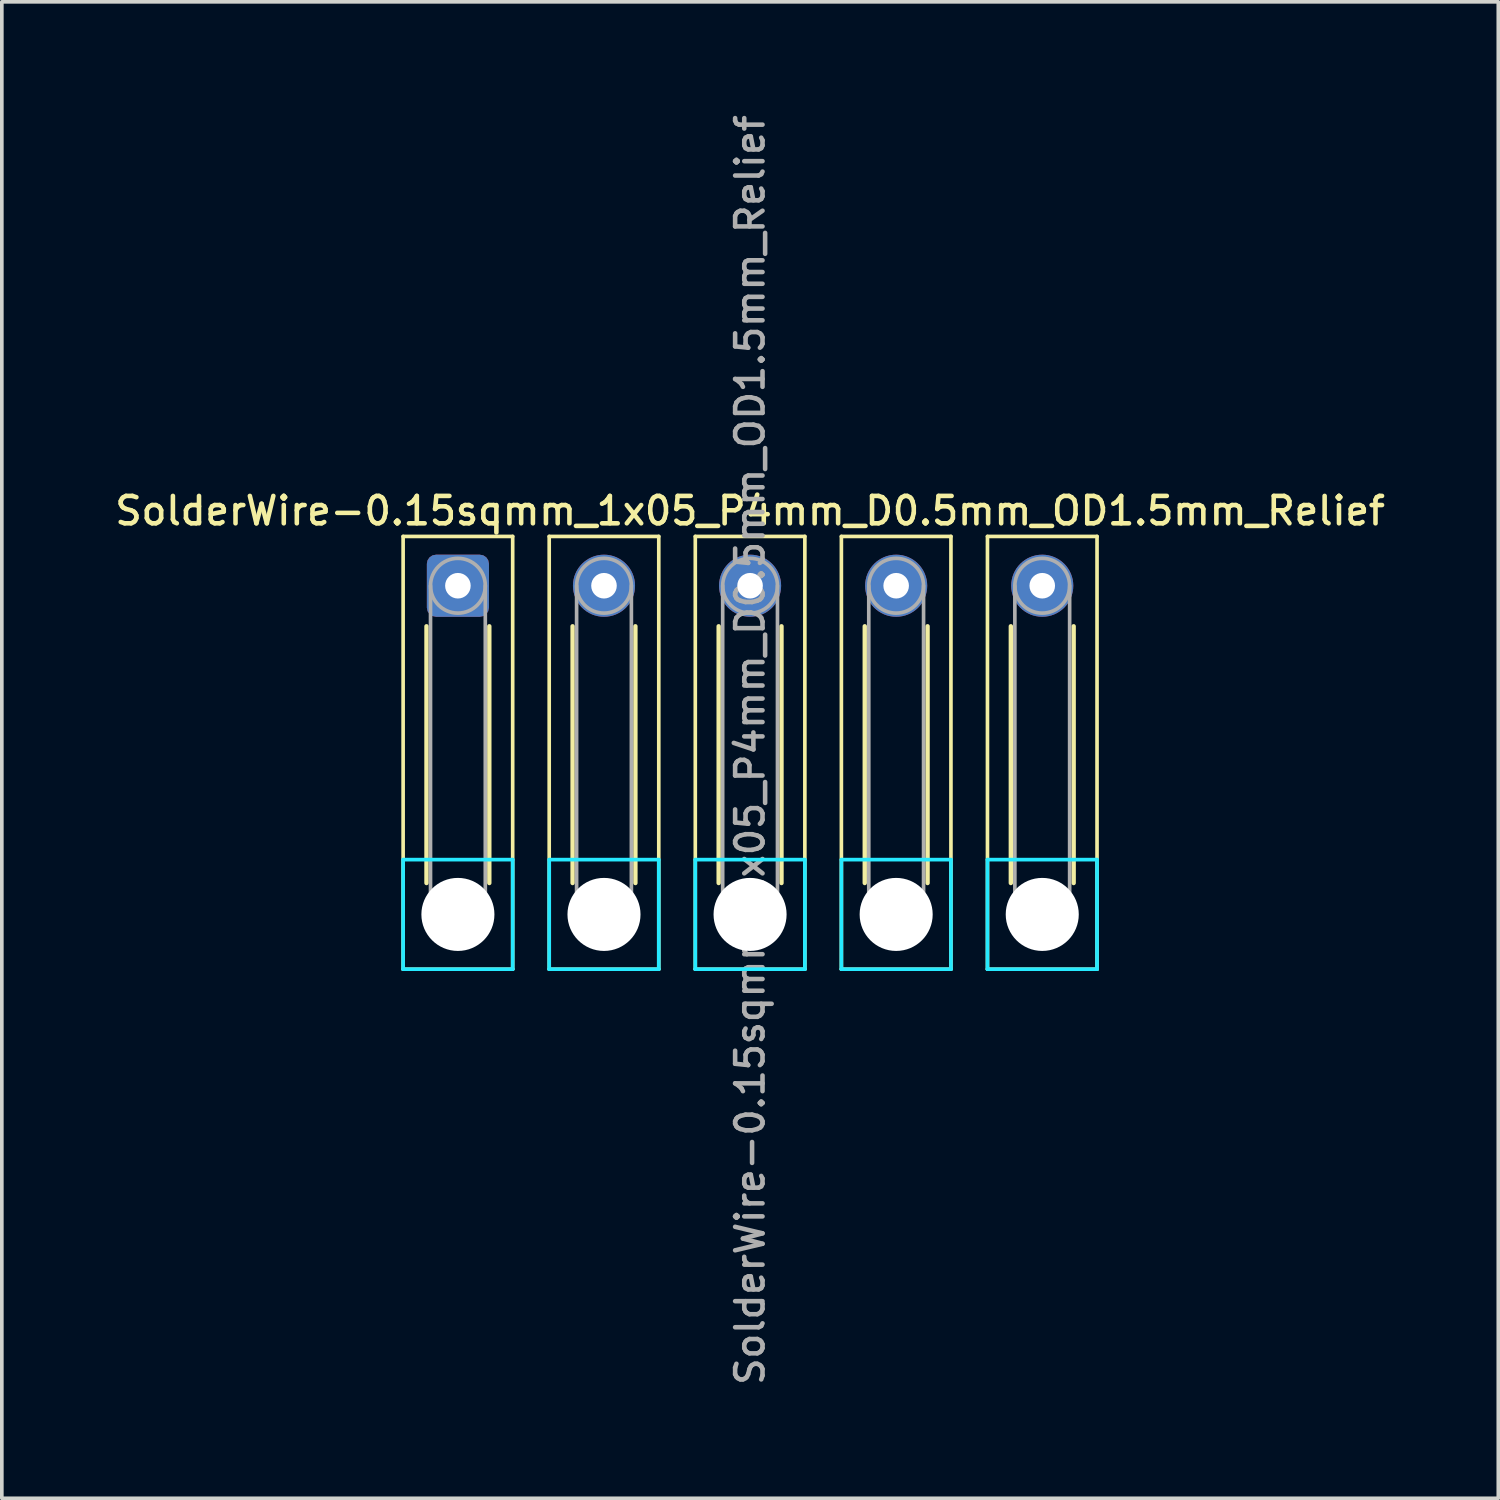
<source format=kicad_pcb>
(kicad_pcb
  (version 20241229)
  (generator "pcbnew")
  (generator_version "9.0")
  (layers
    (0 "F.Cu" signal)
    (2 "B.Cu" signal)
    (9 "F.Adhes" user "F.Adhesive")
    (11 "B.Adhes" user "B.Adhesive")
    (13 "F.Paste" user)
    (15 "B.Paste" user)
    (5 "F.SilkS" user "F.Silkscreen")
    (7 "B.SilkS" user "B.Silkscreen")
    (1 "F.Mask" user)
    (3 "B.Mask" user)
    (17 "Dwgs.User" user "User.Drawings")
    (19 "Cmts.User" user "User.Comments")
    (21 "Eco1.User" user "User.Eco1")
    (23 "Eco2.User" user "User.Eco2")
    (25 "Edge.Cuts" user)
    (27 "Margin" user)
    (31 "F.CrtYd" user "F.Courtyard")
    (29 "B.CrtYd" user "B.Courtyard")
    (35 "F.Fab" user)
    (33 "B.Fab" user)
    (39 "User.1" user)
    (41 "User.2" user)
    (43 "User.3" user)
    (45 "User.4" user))
  (footprint "SolderWire-0.15sqmm_1x05_P4mm_D0.5mm_OD1.5mm_Relief"
    (layer "F.Cu")
    (at 9.488 12.988)
    (property "Reference" "SolderWire-0.15sqmm_1x05_P4mm_D0.5mm_OD1.5mm_Relief" (at 8 -2.05 0) (layer "F.SilkS") (effects (font (size 0.75 0.75) (thickness 0.125))))
    (attr exclude_from_pos_files exclude_from_bom)
    (fp_line (start -1.5 -1.35) (end -1.5 10.5) (stroke (width 0.1) (type solid)) (layer "F.SilkS"))
    (fp_line (start -1.5 10.5) (end 1.5 10.5) (stroke (width 0.1) (type solid)) (layer "F.SilkS"))
    (fp_line (start -0.86 1.11) (end -0.86 8.14) (stroke (width 0.12) (type solid)) (layer "F.SilkS"))
    (fp_line (start 0.86 1.11) (end 0.86 8.14) (stroke (width 0.12) (type solid)) (layer "F.SilkS"))
    (fp_line (start 1.5 -1.35) (end -1.5 -1.35) (stroke (width 0.1) (type solid)) (layer "F.SilkS"))
    (fp_line (start 1.5 10.5) (end 1.5 -1.35) (stroke (width 0.1) (type solid)) (layer "F.SilkS"))
    (fp_line (start 2.5 -1.35) (end 2.5 10.5) (stroke (width 0.1) (type solid)) (layer "F.SilkS"))
    (fp_line (start 2.5 10.5) (end 5.5 10.5) (stroke (width 0.1) (type solid)) (layer "F.SilkS"))
    (fp_line (start 3.14 1.11) (end 3.14 8.14) (stroke (width 0.12) (type solid)) (layer "F.SilkS"))
    (fp_line (start 4.86 1.11) (end 4.86 8.14) (stroke (width 0.12) (type solid)) (layer "F.SilkS"))
    (fp_line (start 5.5 -1.35) (end 2.5 -1.35) (stroke (width 0.1) (type solid)) (layer "F.SilkS"))
    (fp_line (start 5.5 10.5) (end 5.5 -1.35) (stroke (width 0.1) (type solid)) (layer "F.SilkS"))
    (fp_line (start 6.5 -1.35) (end 6.5 10.5) (stroke (width 0.1) (type solid)) (layer "F.SilkS"))
    (fp_line (start 6.5 10.5) (end 9.5 10.5) (stroke (width 0.1) (type solid)) (layer "F.SilkS"))
    (fp_line (start 7.14 1.11) (end 7.14 8.14) (stroke (width 0.12) (type solid)) (layer "F.SilkS"))
    (fp_line (start 8.86 1.11) (end 8.86 8.14) (stroke (width 0.12) (type solid)) (layer "F.SilkS"))
    (fp_line (start 9.5 -1.35) (end 6.5 -1.35) (stroke (width 0.1) (type solid)) (layer "F.SilkS"))
    (fp_line (start 9.5 10.5) (end 9.5 -1.35) (stroke (width 0.1) (type solid)) (layer "F.SilkS"))
    (fp_line (start 10.5 -1.35) (end 10.5 10.5) (stroke (width 0.1) (type solid)) (layer "F.SilkS"))
    (fp_line (start 10.5 10.5) (end 13.5 10.5) (stroke (width 0.1) (type solid)) (layer "F.SilkS"))
    (fp_line (start 11.14 1.11) (end 11.14 8.14) (stroke (width 0.12) (type solid)) (layer "F.SilkS"))
    (fp_line (start 12.86 1.11) (end 12.86 8.14) (stroke (width 0.12) (type solid)) (layer "F.SilkS"))
    (fp_line (start 13.5 -1.35) (end 10.5 -1.35) (stroke (width 0.1) (type solid)) (layer "F.SilkS"))
    (fp_line (start 13.5 10.5) (end 13.5 -1.35) (stroke (width 0.1) (type solid)) (layer "F.SilkS"))
    (fp_line (start 14.5 -1.35) (end 14.5 10.5) (stroke (width 0.1) (type solid)) (layer "F.SilkS"))
    (fp_line (start 14.5 10.5) (end 17.5 10.5) (stroke (width 0.1) (type solid)) (layer "F.SilkS"))
    (fp_line (start 15.14 1.11) (end 15.14 8.14) (stroke (width 0.12) (type solid)) (layer "F.SilkS"))
    (fp_line (start 16.86 1.11) (end 16.86 8.14) (stroke (width 0.12) (type solid)) (layer "F.SilkS"))
    (fp_line (start 17.5 -1.35) (end 14.5 -1.35) (stroke (width 0.1) (type solid)) (layer "F.SilkS"))
    (fp_line (start 17.5 10.5) (end 17.5 -1.35) (stroke (width 0.1) (type solid)) (layer "F.SilkS"))
    (fp_line (start -1.5 7.5) (end -1.5 10.5) (stroke (width 0.1) (type solid)) (layer "B.CrtYd"))
    (fp_line (start -1.5 10.5) (end 1.5 10.5) (stroke (width 0.1) (type solid)) (layer "B.CrtYd"))
    (fp_line (start 1.5 7.5) (end -1.5 7.5) (stroke (width 0.1) (type solid)) (layer "B.CrtYd"))
    (fp_line (start 1.5 10.5) (end 1.5 7.5) (stroke (width 0.1) (type solid)) (layer "B.CrtYd"))
    (fp_line (start 2.5 7.5) (end 2.5 10.5) (stroke (width 0.1) (type solid)) (layer "B.CrtYd"))
    (fp_line (start 2.5 10.5) (end 5.5 10.5) (stroke (width 0.1) (type solid)) (layer "B.CrtYd"))
    (fp_line (start 5.5 7.5) (end 2.5 7.5) (stroke (width 0.1) (type solid)) (layer "B.CrtYd"))
    (fp_line (start 5.5 10.5) (end 5.5 7.5) (stroke (width 0.1) (type solid)) (layer "B.CrtYd"))
    (fp_line (start 6.5 7.5) (end 6.5 10.5) (stroke (width 0.1) (type solid)) (layer "B.CrtYd"))
    (fp_line (start 6.5 10.5) (end 9.5 10.5) (stroke (width 0.1) (type solid)) (layer "B.CrtYd"))
    (fp_line (start 9.5 7.5) (end 6.5 7.5) (stroke (width 0.1) (type solid)) (layer "B.CrtYd"))
    (fp_line (start 9.5 10.5) (end 9.5 7.5) (stroke (width 0.1) (type solid)) (layer "B.CrtYd"))
    (fp_line (start 10.5 7.5) (end 10.5 10.5) (stroke (width 0.1) (type solid)) (layer "B.CrtYd"))
    (fp_line (start 10.5 10.5) (end 13.5 10.5) (stroke (width 0.1) (type solid)) (layer "B.CrtYd"))
    (fp_line (start 13.5 7.5) (end 10.5 7.5) (stroke (width 0.1) (type solid)) (layer "B.CrtYd"))
    (fp_line (start 13.5 10.5) (end 13.5 7.5) (stroke (width 0.1) (type solid)) (layer "B.CrtYd"))
    (fp_line (start 14.5 7.5) (end 14.5 10.5) (stroke (width 0.1) (type solid)) (layer "B.CrtYd"))
    (fp_line (start 14.5 10.5) (end 17.5 10.5) (stroke (width 0.1) (type solid)) (layer "B.CrtYd"))
    (fp_line (start 17.5 7.5) (end 14.5 7.5) (stroke (width 0.1) (type solid)) (layer "B.CrtYd"))
    (fp_line (start 17.5 10.5) (end 17.5 7.5) (stroke (width 0.1) (type solid)) (layer "B.CrtYd"))
    (fp_line (start -0.75 0) (end -0.75 9) (stroke (width 0.1) (type solid)) (layer "F.Fab"))
    (fp_line (start 0.75 0) (end 0.75 9) (stroke (width 0.1) (type solid)) (layer "F.Fab"))
    (fp_line (start 3.25 0) (end 3.25 9) (stroke (width 0.1) (type solid)) (layer "F.Fab"))
    (fp_line (start 4.75 0) (end 4.75 9) (stroke (width 0.1) (type solid)) (layer "F.Fab"))
    (fp_line (start 7.25 0) (end 7.25 9) (stroke (width 0.1) (type solid)) (layer "F.Fab"))
    (fp_line (start 8.75 0) (end 8.75 9) (stroke (width 0.1) (type solid)) (layer "F.Fab"))
    (fp_line (start 11.25 0) (end 11.25 9) (stroke (width 0.1) (type solid)) (layer "F.Fab"))
    (fp_line (start 12.75 0) (end 12.75 9) (stroke (width 0.1) (type solid)) (layer "F.Fab"))
    (fp_line (start 15.25 0) (end 15.25 9) (stroke (width 0.1) (type solid)) (layer "F.Fab"))
    (fp_line (start 16.75 0) (end 16.75 9) (stroke (width 0.1) (type solid)) (layer "F.Fab"))
    (fp_circle (center 0 0) (end 0.75 0) (stroke (width 0.1) (type solid)) (fill no) (layer "F.Fab"))
    (fp_circle (center 0 9) (end 0.75 9) (stroke (width 0.1) (type solid)) (fill no) (layer "F.Fab"))
    (fp_circle (center 4 0) (end 4.75 0) (stroke (width 0.1) (type solid)) (fill no) (layer "F.Fab"))
    (fp_circle (center 4 9) (end 4.75 9) (stroke (width 0.1) (type solid)) (fill no) (layer "F.Fab"))
    (fp_circle (center 8 0) (end 8.75 0) (stroke (width 0.1) (type solid)) (fill no) (layer "F.Fab"))
    (fp_circle (center 8 9) (end 8.75 9) (stroke (width 0.1) (type solid)) (fill no) (layer "F.Fab"))
    (fp_circle (center 12 0) (end 12.75 0) (stroke (width 0.1) (type solid)) (fill no) (layer "F.Fab"))
    (fp_circle (center 12 9) (end 12.75 9) (stroke (width 0.1) (type solid)) (fill no) (layer "F.Fab"))
    (fp_circle (center 16 0) (end 16.75 0) (stroke (width 0.1) (type solid)) (fill no) (layer "F.Fab"))
    (fp_circle (center 16 9) (end 16.75 9) (stroke (width 0.1) (type solid)) (fill no) (layer "F.Fab"))
    (fp_text user "${REFERENCE}" (at 8 4.5 90) (layer "F.Fab") (effects (font (size 0.75 0.75) (thickness 0.125))))
    (pad "" np_thru_hole circle (at 0 9) (size 2 2) (drill 2) (layers "*.Cu" "*.Mask"))
    (pad "" np_thru_hole circle (at 4 9) (size 2 2) (drill 2) (layers "*.Cu" "*.Mask"))
    (pad "" np_thru_hole circle (at 8 9) (size 2 2) (drill 2) (layers "*.Cu" "*.Mask"))
    (pad "" np_thru_hole circle (at 12 9) (size 2 2) (drill 2) (layers "*.Cu" "*.Mask"))
    (pad "" np_thru_hole circle (at 16 9) (size 2 2) (drill 2) (layers "*.Cu" "*.Mask"))
    (pad "1" thru_hole roundrect (at 0 0) (size 1.7 1.7) (drill 0.7) (layers "*.Cu" "*.Mask") (roundrect_rratio 0.147))
    (pad "2" thru_hole circle (at 4 0) (size 1.7 1.7) (drill 0.7) (layers "*.Cu" "*.Mask"))
    (pad "3" thru_hole circle (at 8 0) (size 1.7 1.7) (drill 0.7) (layers "*.Cu" "*.Mask"))
    (pad "4" thru_hole circle (at 12 0) (size 1.7 1.7) (drill 0.7) (layers "*.Cu" "*.Mask"))
    (pad "5" thru_hole circle (at 16 0) (size 1.7 1.7) (drill 0.7) (layers "*.Cu" "*.Mask")))
  (gr_rect
    (start -3 -3)
    (end 37.975 37.975)
    (stroke (width 0.1) (type default))
    (fill no)
    (layer "Edge.Cuts")))
</source>
